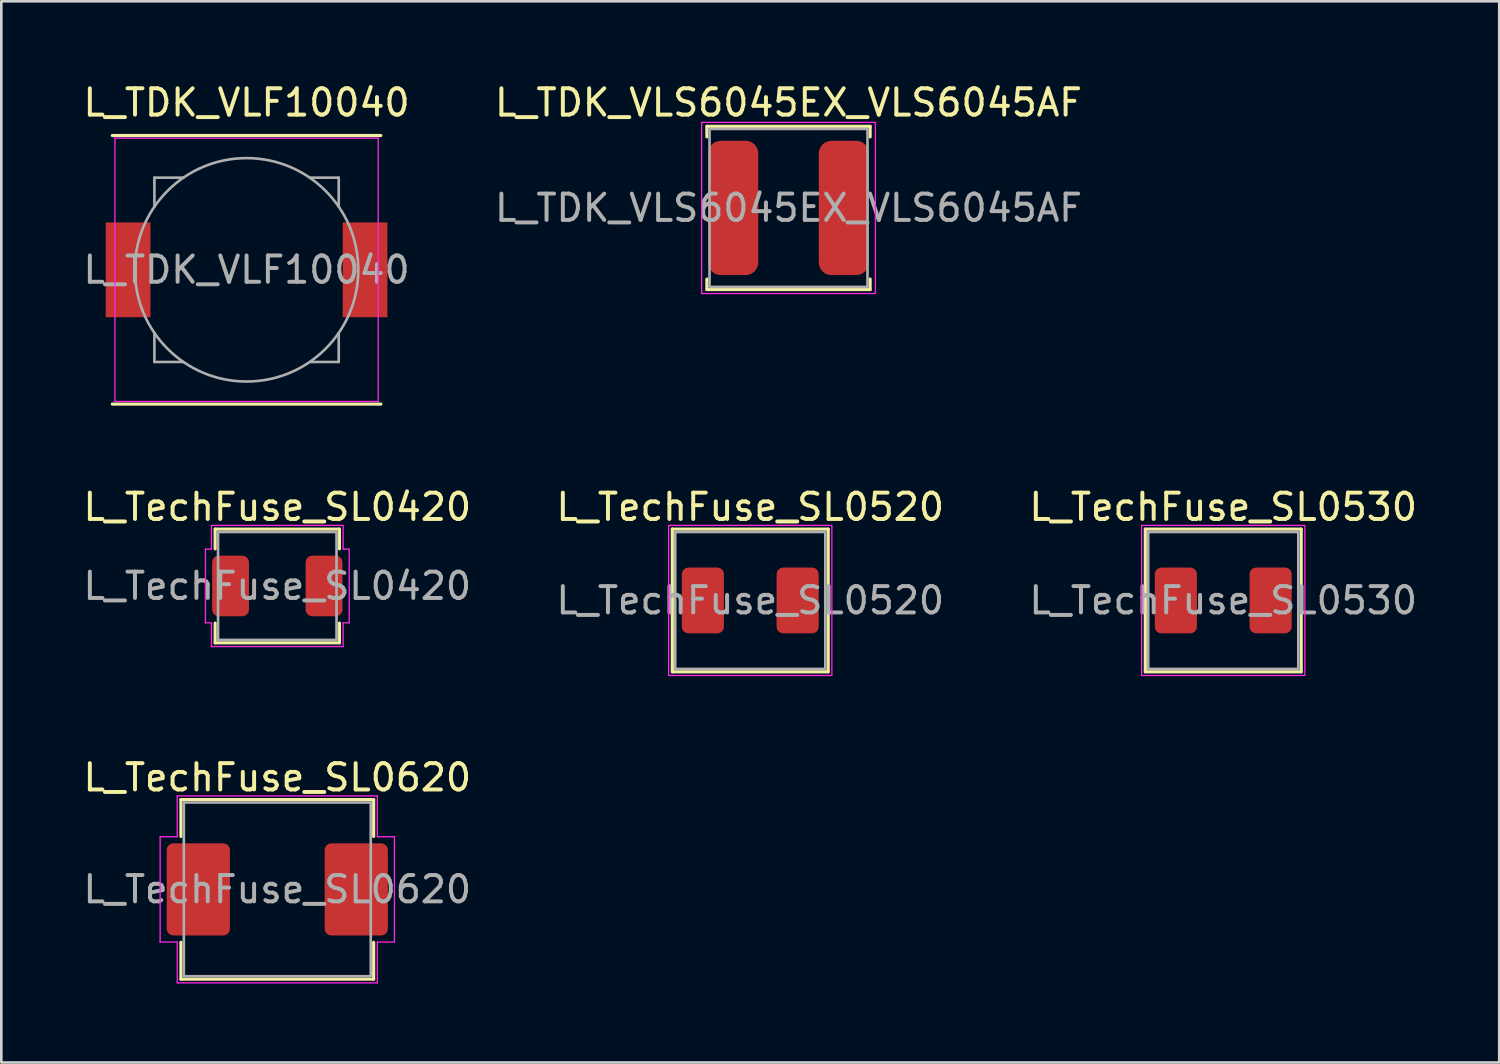
<source format=kicad_pcb>
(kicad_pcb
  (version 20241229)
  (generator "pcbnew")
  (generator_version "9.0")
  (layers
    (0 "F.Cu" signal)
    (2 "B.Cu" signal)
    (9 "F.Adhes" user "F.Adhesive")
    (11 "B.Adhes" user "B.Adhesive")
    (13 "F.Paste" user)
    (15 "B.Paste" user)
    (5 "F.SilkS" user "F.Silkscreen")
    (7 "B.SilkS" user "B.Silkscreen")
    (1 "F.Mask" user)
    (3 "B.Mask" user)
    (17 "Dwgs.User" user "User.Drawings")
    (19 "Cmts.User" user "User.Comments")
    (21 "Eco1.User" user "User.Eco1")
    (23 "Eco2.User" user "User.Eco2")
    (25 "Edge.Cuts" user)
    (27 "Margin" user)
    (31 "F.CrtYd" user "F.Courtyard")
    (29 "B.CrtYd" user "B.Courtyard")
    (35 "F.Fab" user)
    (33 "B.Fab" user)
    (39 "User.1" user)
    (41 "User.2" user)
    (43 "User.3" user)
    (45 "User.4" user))
  (footprint "L_TechFuse_SL0620"
    (layer "F.Cu")
    (at 7.482 30.73)
    (property "Reference" "L_TechFuse_SL0620" (at 0 -4.25 0) (layer "F.SilkS") (effects (font (size 1 1) (thickness 0.15))))
    (attr smd)
    (fp_line (start -3.66 -3.41) (end 3.66 -3.41) (stroke (width 0.12) (type solid)) (layer "F.SilkS"))
    (fp_line (start -3.66 -2.01) (end -3.66 -3.41) (stroke (width 0.12) (type solid)) (layer "F.SilkS"))
    (fp_line (start -3.66 3.41) (end -3.66 2.01) (stroke (width 0.12) (type solid)) (layer "F.SilkS"))
    (fp_line (start 3.66 -3.41) (end 3.66 -2.01) (stroke (width 0.12) (type solid)) (layer "F.SilkS"))
    (fp_line (start 3.66 2.01) (end 3.66 3.41) (stroke (width 0.12) (type solid)) (layer "F.SilkS"))
    (fp_line (start 3.66 3.41) (end -3.66 3.41) (stroke (width 0.12) (type solid)) (layer "F.SilkS"))
    (fp_line (start -4.45 -2) (end -3.8 -2) (stroke (width 0.05) (type solid)) (layer "F.CrtYd"))
    (fp_line (start -4.45 2) (end -4.45 -2) (stroke (width 0.05) (type solid)) (layer "F.CrtYd"))
    (fp_line (start -3.8 -3.55) (end 3.8 -3.55) (stroke (width 0.05) (type solid)) (layer "F.CrtYd"))
    (fp_line (start -3.8 -2) (end -3.8 -3.55) (stroke (width 0.05) (type solid)) (layer "F.CrtYd"))
    (fp_line (start -3.8 2) (end -4.45 2) (stroke (width 0.05) (type solid)) (layer "F.CrtYd"))
    (fp_line (start -3.8 3.55) (end -3.8 2) (stroke (width 0.05) (type solid)) (layer "F.CrtYd"))
    (fp_line (start 3.8 -3.55) (end 3.8 -2) (stroke (width 0.05) (type solid)) (layer "F.CrtYd"))
    (fp_line (start 3.8 -2) (end 4.45 -2) (stroke (width 0.05) (type solid)) (layer "F.CrtYd"))
    (fp_line (start 3.8 2) (end 3.8 3.55) (stroke (width 0.05) (type solid)) (layer "F.CrtYd"))
    (fp_line (start 3.8 3.55) (end -3.8 3.55) (stroke (width 0.05) (type solid)) (layer "F.CrtYd"))
    (fp_line (start 4.45 -2) (end 4.45 2) (stroke (width 0.05) (type solid)) (layer "F.CrtYd"))
    (fp_line (start 4.45 2) (end 3.8 2) (stroke (width 0.05) (type solid)) (layer "F.CrtYd"))
    (fp_rect (start -3.55 -3.3) (end 3.55 3.3) (stroke (width 0.1) (type solid)) (fill no) (layer "F.Fab"))
    (fp_text user "${REFERENCE}" (at 0 0 0) (layer "F.Fab") (effects (font (size 1 1) (thickness 0.15))))
    (pad "1" smd roundrect (at -3 0) (size 2.4 3.5) (layers "F.Cu" "F.Mask" "F.Paste") (roundrect_rratio 0.104))
    (pad "2" smd roundrect (at 3 0) (size 2.4 3.5) (layers "F.Cu" "F.Mask" "F.Paste") (roundrect_rratio 0.104)))
  (footprint "L_TechFuse_SL0520"
    (layer "F.Cu")
    (at 25.446 19.756)
    (property "Reference" "L_TechFuse_SL0520" (at 0 -3.55 0) (layer "F.SilkS") (effects (font (size 1 1) (thickness 0.15))))
    (attr smd)
    (fp_line (start -2.96 -2.71) (end 2.96 -2.71) (stroke (width 0.12) (type solid)) (layer "F.SilkS"))
    (fp_line (start -2.96 2.71) (end -2.96 -2.71) (stroke (width 0.12) (type solid)) (layer "F.SilkS"))
    (fp_line (start 2.96 -2.71) (end 2.96 2.71) (stroke (width 0.12) (type solid)) (layer "F.SilkS"))
    (fp_line (start 2.96 2.71) (end -2.96 2.71) (stroke (width 0.12) (type solid)) (layer "F.SilkS"))
    (fp_rect (start -3.1 -2.85) (end 3.1 2.85) (stroke (width 0.05) (type solid)) (fill no) (layer "F.CrtYd"))
    (fp_rect (start -2.85 -2.6) (end 2.85 2.6) (stroke (width 0.1) (type solid)) (fill no) (layer "F.Fab"))
    (fp_text user "${REFERENCE}" (at 0 0 0) (layer "F.Fab") (effects (font (size 1 1) (thickness 0.15))))
    (pad "1" smd roundrect (at -1.8 0) (size 1.6 2.5) (layers "F.Cu" "F.Mask" "F.Paste") (roundrect_rratio 0.156))
    (pad "2" smd roundrect (at 1.8 0) (size 1.6 2.5) (layers "F.Cu" "F.Mask" "F.Paste") (roundrect_rratio 0.156)))
  (footprint "L_TDK_VLF10040"
    (layer "F.Cu")
    (at 6.315 7.198)
    (property "Reference" "L_TDK_VLF10040" (at 0 -6.35 0) (layer "F.SilkS") (effects (font (size 1 1) (thickness 0.15))))
    (attr smd)
    (fp_line (start -5.1 -5.1) (end 5.1 -5.1) (stroke (width 0.12) (type solid)) (layer "F.SilkS"))
    (fp_line (start -5.1 5.1) (end 5.1 5.1) (stroke (width 0.12) (type solid)) (layer "F.SilkS"))
    (fp_line (start -5 -5) (end -5 5) (stroke (width 0.05) (type solid)) (layer "F.CrtYd"))
    (fp_line (start -5 5) (end 5 5) (stroke (width 0.05) (type solid)) (layer "F.CrtYd"))
    (fp_line (start 5 -5) (end -5 -5) (stroke (width 0.05) (type solid)) (layer "F.CrtYd"))
    (fp_line (start 5 5) (end 5 -5) (stroke (width 0.05) (type solid)) (layer "F.CrtYd"))
    (fp_line (start -3.5 -3.5) (end -2.4 -3.5) (stroke (width 0.1) (type solid)) (layer "F.Fab"))
    (fp_line (start -3.5 -2.4) (end -3.5 -3.5) (stroke (width 0.1) (type solid)) (layer "F.Fab"))
    (fp_line (start -3.5 2.4) (end -3.5 3.5) (stroke (width 0.1) (type solid)) (layer "F.Fab"))
    (fp_line (start -3.5 3.5) (end -2.4 3.5) (stroke (width 0.1) (type solid)) (layer "F.Fab"))
    (fp_line (start 3.5 -3.5) (end 2.4 -3.5) (stroke (width 0.1) (type solid)) (layer "F.Fab"))
    (fp_line (start 3.5 -3.5) (end 3.5 -2.4) (stroke (width 0.1) (type solid)) (layer "F.Fab"))
    (fp_line (start 3.5 2.4) (end 3.5 3.5) (stroke (width 0.1) (type solid)) (layer "F.Fab"))
    (fp_line (start 3.5 3.5) (end 2.4 3.5) (stroke (width 0.1) (type solid)) (layer "F.Fab"))
    (fp_circle (center 0 0) (end 3 3) (stroke (width 0.1) (type solid)) (fill no) (layer "F.Fab"))
    (fp_text user "${REFERENCE}" (at 0 0 0) (layer "F.Fab") (effects (font (size 1 1) (thickness 0.15))))
    (pad "1" smd rect (at -4.5 0) (size 1.7 3.6) (layers "F.Cu" "F.Mask" "F.Paste"))
    (pad "2" smd rect (at 4.5 0) (size 1.7 3.6) (layers "F.Cu" "F.Mask" "F.Paste")))
  (footprint "L_TechFuse_SL0420"
    (layer "F.Cu")
    (at 7.482 19.206)
    (property "Reference" "L_TechFuse_SL0420" (at 0 -3 0) (layer "F.SilkS") (effects (font (size 1 1) (thickness 0.15))))
    (attr smd)
    (fp_line (start -2.36 -2.16) (end 2.36 -2.16) (stroke (width 0.12) (type solid)) (layer "F.SilkS"))
    (fp_line (start -2.36 -1.41) (end -2.36 -2.16) (stroke (width 0.12) (type solid)) (layer "F.SilkS"))
    (fp_line (start -2.36 2.16) (end -2.36 1.41) (stroke (width 0.12) (type solid)) (layer "F.SilkS"))
    (fp_line (start 2.36 -2.16) (end 2.36 -1.41) (stroke (width 0.12) (type solid)) (layer "F.SilkS"))
    (fp_line (start 2.36 1.41) (end 2.36 2.16) (stroke (width 0.12) (type solid)) (layer "F.SilkS"))
    (fp_line (start 2.36 2.16) (end -2.36 2.16) (stroke (width 0.12) (type solid)) (layer "F.SilkS"))
    (fp_line (start -2.73 -1.4) (end -2.5 -1.4) (stroke (width 0.05) (type solid)) (layer "F.CrtYd"))
    (fp_line (start -2.73 1.4) (end -2.73 -1.4) (stroke (width 0.05) (type solid)) (layer "F.CrtYd"))
    (fp_line (start -2.5 -2.3) (end 2.5 -2.3) (stroke (width 0.05) (type solid)) (layer "F.CrtYd"))
    (fp_line (start -2.5 -1.4) (end -2.5 -2.3) (stroke (width 0.05) (type solid)) (layer "F.CrtYd"))
    (fp_line (start -2.5 1.4) (end -2.73 1.4) (stroke (width 0.05) (type solid)) (layer "F.CrtYd"))
    (fp_line (start -2.5 2.3) (end -2.5 1.4) (stroke (width 0.05) (type solid)) (layer "F.CrtYd"))
    (fp_line (start 2.5 -2.3) (end 2.5 -1.4) (stroke (width 0.05) (type solid)) (layer "F.CrtYd"))
    (fp_line (start 2.5 -1.4) (end 2.73 -1.4) (stroke (width 0.05) (type solid)) (layer "F.CrtYd"))
    (fp_line (start 2.5 1.4) (end 2.5 2.3) (stroke (width 0.05) (type solid)) (layer "F.CrtYd"))
    (fp_line (start 2.5 2.3) (end -2.5 2.3) (stroke (width 0.05) (type solid)) (layer "F.CrtYd"))
    (fp_line (start 2.73 -1.4) (end 2.73 1.4) (stroke (width 0.05) (type solid)) (layer "F.CrtYd"))
    (fp_line (start 2.73 1.4) (end 2.5 1.4) (stroke (width 0.05) (type solid)) (layer "F.CrtYd"))
    (fp_rect (start -2.25 -2.05) (end 2.25 2.05) (stroke (width 0.1) (type solid)) (fill no) (layer "F.Fab"))
    (fp_text user "${REFERENCE}" (at 0 0 0) (layer "F.Fab") (effects (font (size 1 1) (thickness 0.15))))
    (pad "1" smd roundrect (at -1.775 0) (size 1.4 2.3) (layers "F.Cu" "F.Mask" "F.Paste") (roundrect_rratio 0.179))
    (pad "2" smd roundrect (at 1.775 0) (size 1.4 2.3) (layers "F.Cu" "F.Mask" "F.Paste") (roundrect_rratio 0.179)))
  (footprint "L_TechFuse_SL0530"
    (layer "F.Cu")
    (at 43.411 19.756)
    (property "Reference" "L_TechFuse_SL0530" (at 0 -3.55 0) (layer "F.SilkS") (effects (font (size 1 1) (thickness 0.15))))
    (attr smd)
    (fp_line (start -2.96 -2.71) (end 2.96 -2.71) (stroke (width 0.12) (type solid)) (layer "F.SilkS"))
    (fp_line (start -2.96 2.71) (end -2.96 -2.71) (stroke (width 0.12) (type solid)) (layer "F.SilkS"))
    (fp_line (start 2.96 -2.71) (end 2.96 2.71) (stroke (width 0.12) (type solid)) (layer "F.SilkS"))
    (fp_line (start 2.96 2.71) (end -2.96 2.71) (stroke (width 0.12) (type solid)) (layer "F.SilkS"))
    (fp_rect (start -3.1 -2.85) (end 3.1 2.85) (stroke (width 0.05) (type solid)) (fill no) (layer "F.CrtYd"))
    (fp_rect (start -2.85 -2.6) (end 2.85 2.6) (stroke (width 0.1) (type solid)) (fill no) (layer "F.Fab"))
    (fp_text user "${REFERENCE}" (at 0 0 0) (layer "F.Fab") (effects (font (size 1 1) (thickness 0.15))))
    (pad "1" smd roundrect (at -1.8 0) (size 1.6 2.5) (layers "F.Cu" "F.Mask" "F.Paste") (roundrect_rratio 0.156))
    (pad "2" smd roundrect (at 1.8 0) (size 1.6 2.5) (layers "F.Cu" "F.Mask" "F.Paste") (roundrect_rratio 0.156)))
  (footprint "L_TDK_VLS6045EX_VLS6045AF"
    (layer "F.Cu")
    (at 26.899 4.848)
    (property "Reference" "L_TDK_VLS6045EX_VLS6045AF" (at 0 -4 0) (unlocked yes) (layer "F.SilkS") (effects (font (size 1 1) (thickness 0.15))))
    (attr smd)
    (fp_line (start -3.1 -3.1) (end -3.1 -2.7) (stroke (width 0.12) (type solid)) (layer "F.SilkS"))
    (fp_line (start -3.1 -3.1) (end 3.1 -3.1) (stroke (width 0.12) (type solid)) (layer "F.SilkS"))
    (fp_line (start -3.1 3.1) (end -3.1 2.7) (stroke (width 0.12) (type solid)) (layer "F.SilkS"))
    (fp_line (start -3.1 3.1) (end 3.1 3.1) (stroke (width 0.12) (type solid)) (layer "F.SilkS"))
    (fp_line (start 3.1 -3.1) (end 3.1 -2.7) (stroke (width 0.12) (type solid)) (layer "F.SilkS"))
    (fp_line (start 3.1 3.1) (end 3.1 2.7) (stroke (width 0.12) (type solid)) (layer "F.SilkS"))
    (fp_rect (start -3.3 -3.25) (end 3.3 3.25) (stroke (width 0.05) (type solid)) (fill no) (layer "F.CrtYd"))
    (fp_rect (start -3 -3) (end 3 3) (stroke (width 0.1) (type solid)) (fill no) (layer "F.Fab"))
    (fp_text user "${REFERENCE}" (at 0 0 0) (unlocked yes) (layer "F.Fab") (effects (font (size 1 1) (thickness 0.15))))
    (pad "1" smd roundrect (at -2.1 0) (size 1.9 5.1) (layers "F.Cu" "F.Mask" "F.Paste") (roundrect_rratio 0.25))
    (pad "2" smd roundrect (at 2.1 0) (size 1.9 5.1) (layers "F.Cu" "F.Mask" "F.Paste") (roundrect_rratio 0.25)))
  (gr_rect
    (start -3 -3)
    (end 53.893 37.305)
    (stroke (width 0.1) (type default))
    (fill no)
    (layer "Edge.Cuts")))
</source>
